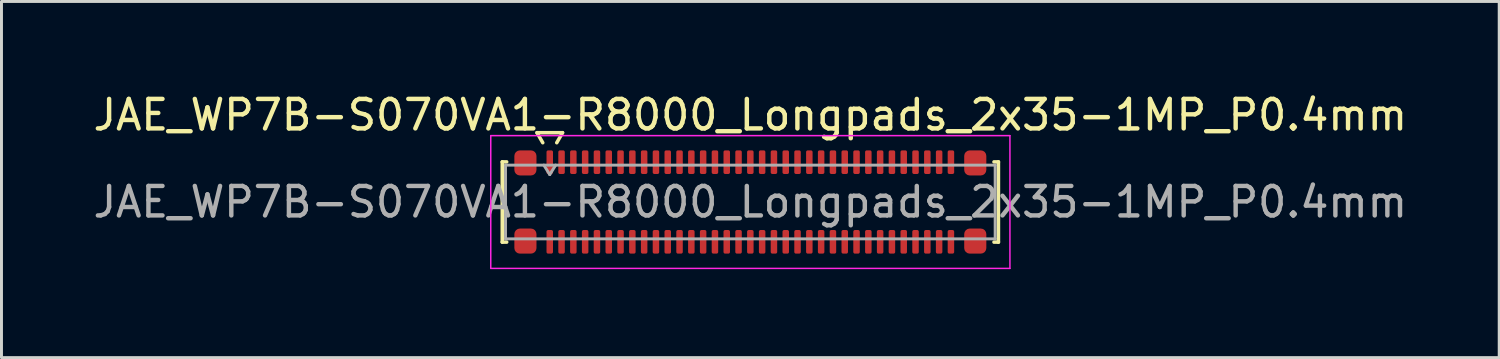
<source format=kicad_pcb>
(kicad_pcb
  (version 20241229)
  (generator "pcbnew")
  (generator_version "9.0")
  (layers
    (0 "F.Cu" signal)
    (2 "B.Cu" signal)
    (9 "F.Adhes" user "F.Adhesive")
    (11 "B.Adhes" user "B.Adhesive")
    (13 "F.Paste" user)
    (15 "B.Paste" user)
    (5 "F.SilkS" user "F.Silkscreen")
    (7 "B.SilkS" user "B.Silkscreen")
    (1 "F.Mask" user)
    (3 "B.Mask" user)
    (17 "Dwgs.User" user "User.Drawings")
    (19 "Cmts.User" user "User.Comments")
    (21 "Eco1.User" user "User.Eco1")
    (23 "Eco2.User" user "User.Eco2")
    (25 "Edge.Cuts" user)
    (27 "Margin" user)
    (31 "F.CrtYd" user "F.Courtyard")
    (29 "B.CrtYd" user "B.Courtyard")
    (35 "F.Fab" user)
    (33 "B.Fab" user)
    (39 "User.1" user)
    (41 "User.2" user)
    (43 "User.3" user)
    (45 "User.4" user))
  (footprint "JAE_WP7B-S070VA1-R8000_Longpads_2x35-1MP_P0.4mm"
    (layer "F.Cu")
    (at 22.387 3.798)
    (property "Reference" "JAE_WP7B-S070VA1-R8000_Longpads_2x35-1MP_P0.4mm" (at 0 -2.95 0) (layer "F.SilkS") (effects (font (size 1 1) (thickness 0.15))))
    (attr smd)
    (fp_line (start -8.41 -1.36) (end -8.26 -1.36) (stroke (width 0.12) (type solid)) (layer "F.SilkS"))
    (fp_line (start -8.41 1.36) (end -8.41 -1.36) (stroke (width 0.12) (type solid)) (layer "F.SilkS"))
    (fp_line (start -8.26 1.36) (end -8.41 1.36) (stroke (width 0.12) (type solid)) (layer "F.SilkS"))
    (fp_line (start -7.233 -2.35) (end -7.037 -2.01) (stroke (width 0.12) (type solid)) (layer "F.SilkS"))
    (fp_line (start -6.563 -2.01) (end -6.367 -2.35) (stroke (width 0.12) (type solid)) (layer "F.SilkS"))
    (fp_line (start -6.367 -2.35) (end -7.233 -2.35) (stroke (width 0.12) (type solid)) (layer "F.SilkS"))
    (fp_line (start 8.26 -1.36) (end 8.41 -1.36) (stroke (width 0.12) (type solid)) (layer "F.SilkS"))
    (fp_line (start 8.41 -1.36) (end 8.41 1.36) (stroke (width 0.12) (type solid)) (layer "F.SilkS"))
    (fp_line (start 8.41 1.36) (end 8.26 1.36) (stroke (width 0.12) (type solid)) (layer "F.SilkS"))
    (fp_line (start -8.8 -2.25) (end -8.8 2.25) (stroke (width 0.05) (type solid)) (layer "F.CrtYd"))
    (fp_line (start -8.8 2.25) (end 8.8 2.25) (stroke (width 0.05) (type solid)) (layer "F.CrtYd"))
    (fp_line (start 8.8 -2.25) (end -8.8 -2.25) (stroke (width 0.05) (type solid)) (layer "F.CrtYd"))
    (fp_line (start 8.8 2.25) (end 8.8 -2.25) (stroke (width 0.05) (type solid)) (layer "F.CrtYd"))
    (fp_line (start -8.3 -1.25) (end 8.3 -1.25) (stroke (width 0.1) (type solid)) (layer "F.Fab"))
    (fp_line (start -8.3 1.25) (end -8.3 -1.25) (stroke (width 0.1) (type solid)) (layer "F.Fab"))
    (fp_line (start -7 -1.25) (end -6.8 -0.93) (stroke (width 0.1) (type solid)) (layer "F.Fab"))
    (fp_line (start -6.8 -0.93) (end -6.6 -1.25) (stroke (width 0.1) (type solid)) (layer "F.Fab"))
    (fp_line (start 8.3 -1.25) (end 8.3 1.25) (stroke (width 0.1) (type solid)) (layer "F.Fab"))
    (fp_line (start 8.3 1.25) (end -8.3 1.25) (stroke (width 0.1) (type solid)) (layer "F.Fab"))
    (fp_text user "${REFERENCE}" (at 0 0 0) (layer "F.Fab") (effects (font (size 1 1) (thickness 0.15))))
    (pad "1" smd roundrect (at -6.8 -1.35) (size 0.22 0.8) (layers "F.Cu" "F.Mask" "F.Paste") (roundrect_rratio 0.25))
    (pad "2" smd roundrect (at -6.8 1.35) (size 0.22 0.8) (layers "F.Cu" "F.Mask" "F.Paste") (roundrect_rratio 0.25))
    (pad "3" smd roundrect (at -6.4 -1.35) (size 0.22 0.8) (layers "F.Cu" "F.Mask" "F.Paste") (roundrect_rratio 0.25))
    (pad "4" smd roundrect (at -6.4 1.35) (size 0.22 0.8) (layers "F.Cu" "F.Mask" "F.Paste") (roundrect_rratio 0.25))
    (pad "5" smd roundrect (at -6 -1.35) (size 0.22 0.8) (layers "F.Cu" "F.Mask" "F.Paste") (roundrect_rratio 0.25))
    (pad "6" smd roundrect (at -6 1.35) (size 0.22 0.8) (layers "F.Cu" "F.Mask" "F.Paste") (roundrect_rratio 0.25))
    (pad "7" smd roundrect (at -5.6 -1.35) (size 0.22 0.8) (layers "F.Cu" "F.Mask" "F.Paste") (roundrect_rratio 0.25))
    (pad "8" smd roundrect (at -5.6 1.35) (size 0.22 0.8) (layers "F.Cu" "F.Mask" "F.Paste") (roundrect_rratio 0.25))
    (pad "9" smd roundrect (at -5.2 -1.35) (size 0.22 0.8) (layers "F.Cu" "F.Mask" "F.Paste") (roundrect_rratio 0.25))
    (pad "10" smd roundrect (at -5.2 1.35) (size 0.22 0.8) (layers "F.Cu" "F.Mask" "F.Paste") (roundrect_rratio 0.25))
    (pad "11" smd roundrect (at -4.8 -1.35) (size 0.22 0.8) (layers "F.Cu" "F.Mask" "F.Paste") (roundrect_rratio 0.25))
    (pad "12" smd roundrect (at -4.8 1.35) (size 0.22 0.8) (layers "F.Cu" "F.Mask" "F.Paste") (roundrect_rratio 0.25))
    (pad "13" smd roundrect (at -4.4 -1.35) (size 0.22 0.8) (layers "F.Cu" "F.Mask" "F.Paste") (roundrect_rratio 0.25))
    (pad "14" smd roundrect (at -4.4 1.35) (size 0.22 0.8) (layers "F.Cu" "F.Mask" "F.Paste") (roundrect_rratio 0.25))
    (pad "15" smd roundrect (at -4 -1.35) (size 0.22 0.8) (layers "F.Cu" "F.Mask" "F.Paste") (roundrect_rratio 0.25))
    (pad "16" smd roundrect (at -4 1.35) (size 0.22 0.8) (layers "F.Cu" "F.Mask" "F.Paste") (roundrect_rratio 0.25))
    (pad "17" smd roundrect (at -3.6 -1.35) (size 0.22 0.8) (layers "F.Cu" "F.Mask" "F.Paste") (roundrect_rratio 0.25))
    (pad "18" smd roundrect (at -3.6 1.35) (size 0.22 0.8) (layers "F.Cu" "F.Mask" "F.Paste") (roundrect_rratio 0.25))
    (pad "19" smd roundrect (at -3.2 -1.35) (size 0.22 0.8) (layers "F.Cu" "F.Mask" "F.Paste") (roundrect_rratio 0.25))
    (pad "20" smd roundrect (at -3.2 1.35) (size 0.22 0.8) (layers "F.Cu" "F.Mask" "F.Paste") (roundrect_rratio 0.25))
    (pad "21" smd roundrect (at -2.8 -1.35) (size 0.22 0.8) (layers "F.Cu" "F.Mask" "F.Paste") (roundrect_rratio 0.25))
    (pad "22" smd roundrect (at -2.8 1.35) (size 0.22 0.8) (layers "F.Cu" "F.Mask" "F.Paste") (roundrect_rratio 0.25))
    (pad "23" smd roundrect (at -2.4 -1.35) (size 0.22 0.8) (layers "F.Cu" "F.Mask" "F.Paste") (roundrect_rratio 0.25))
    (pad "24" smd roundrect (at -2.4 1.35) (size 0.22 0.8) (layers "F.Cu" "F.Mask" "F.Paste") (roundrect_rratio 0.25))
    (pad "25" smd roundrect (at -2 -1.35) (size 0.22 0.8) (layers "F.Cu" "F.Mask" "F.Paste") (roundrect_rratio 0.25))
    (pad "26" smd roundrect (at -2 1.35) (size 0.22 0.8) (layers "F.Cu" "F.Mask" "F.Paste") (roundrect_rratio 0.25))
    (pad "27" smd roundrect (at -1.6 -1.35) (size 0.22 0.8) (layers "F.Cu" "F.Mask" "F.Paste") (roundrect_rratio 0.25))
    (pad "28" smd roundrect (at -1.6 1.35) (size 0.22 0.8) (layers "F.Cu" "F.Mask" "F.Paste") (roundrect_rratio 0.25))
    (pad "29" smd roundrect (at -1.2 -1.35) (size 0.22 0.8) (layers "F.Cu" "F.Mask" "F.Paste") (roundrect_rratio 0.25))
    (pad "30" smd roundrect (at -1.2 1.35) (size 0.22 0.8) (layers "F.Cu" "F.Mask" "F.Paste") (roundrect_rratio 0.25))
    (pad "31" smd roundrect (at -0.8 -1.35) (size 0.22 0.8) (layers "F.Cu" "F.Mask" "F.Paste") (roundrect_rratio 0.25))
    (pad "32" smd roundrect (at -0.8 1.35) (size 0.22 0.8) (layers "F.Cu" "F.Mask" "F.Paste") (roundrect_rratio 0.25))
    (pad "33" smd roundrect (at -0.4 -1.35) (size 0.22 0.8) (layers "F.Cu" "F.Mask" "F.Paste") (roundrect_rratio 0.25))
    (pad "34" smd roundrect (at -0.4 1.35) (size 0.22 0.8) (layers "F.Cu" "F.Mask" "F.Paste") (roundrect_rratio 0.25))
    (pad "35" smd roundrect (at 0 -1.35) (size 0.22 0.8) (layers "F.Cu" "F.Mask" "F.Paste") (roundrect_rratio 0.25))
    (pad "36" smd roundrect (at 0 1.35) (size 0.22 0.8) (layers "F.Cu" "F.Mask" "F.Paste") (roundrect_rratio 0.25))
    (pad "37" smd roundrect (at 0.4 -1.35) (size 0.22 0.8) (layers "F.Cu" "F.Mask" "F.Paste") (roundrect_rratio 0.25))
    (pad "38" smd roundrect (at 0.4 1.35) (size 0.22 0.8) (layers "F.Cu" "F.Mask" "F.Paste") (roundrect_rratio 0.25))
    (pad "39" smd roundrect (at 0.8 -1.35) (size 0.22 0.8) (layers "F.Cu" "F.Mask" "F.Paste") (roundrect_rratio 0.25))
    (pad "40" smd roundrect (at 0.8 1.35) (size 0.22 0.8) (layers "F.Cu" "F.Mask" "F.Paste") (roundrect_rratio 0.25))
    (pad "41" smd roundrect (at 1.2 -1.35) (size 0.22 0.8) (layers "F.Cu" "F.Mask" "F.Paste") (roundrect_rratio 0.25))
    (pad "42" smd roundrect (at 1.2 1.35) (size 0.22 0.8) (layers "F.Cu" "F.Mask" "F.Paste") (roundrect_rratio 0.25))
    (pad "43" smd roundrect (at 1.6 -1.35) (size 0.22 0.8) (layers "F.Cu" "F.Mask" "F.Paste") (roundrect_rratio 0.25))
    (pad "44" smd roundrect (at 1.6 1.35) (size 0.22 0.8) (layers "F.Cu" "F.Mask" "F.Paste") (roundrect_rratio 0.25))
    (pad "45" smd roundrect (at 2 -1.35) (size 0.22 0.8) (layers "F.Cu" "F.Mask" "F.Paste") (roundrect_rratio 0.25))
    (pad "46" smd roundrect (at 2 1.35) (size 0.22 0.8) (layers "F.Cu" "F.Mask" "F.Paste") (roundrect_rratio 0.25))
    (pad "47" smd roundrect (at 2.4 -1.35) (size 0.22 0.8) (layers "F.Cu" "F.Mask" "F.Paste") (roundrect_rratio 0.25))
    (pad "48" smd roundrect (at 2.4 1.35) (size 0.22 0.8) (layers "F.Cu" "F.Mask" "F.Paste") (roundrect_rratio 0.25))
    (pad "49" smd roundrect (at 2.8 -1.35) (size 0.22 0.8) (layers "F.Cu" "F.Mask" "F.Paste") (roundrect_rratio 0.25))
    (pad "50" smd roundrect (at 2.8 1.35) (size 0.22 0.8) (layers "F.Cu" "F.Mask" "F.Paste") (roundrect_rratio 0.25))
    (pad "51" smd roundrect (at 3.2 -1.35) (size 0.22 0.8) (layers "F.Cu" "F.Mask" "F.Paste") (roundrect_rratio 0.25))
    (pad "52" smd roundrect (at 3.2 1.35) (size 0.22 0.8) (layers "F.Cu" "F.Mask" "F.Paste") (roundrect_rratio 0.25))
    (pad "53" smd roundrect (at 3.6 -1.35) (size 0.22 0.8) (layers "F.Cu" "F.Mask" "F.Paste") (roundrect_rratio 0.25))
    (pad "54" smd roundrect (at 3.6 1.35) (size 0.22 0.8) (layers "F.Cu" "F.Mask" "F.Paste") (roundrect_rratio 0.25))
    (pad "55" smd roundrect (at 4 -1.35) (size 0.22 0.8) (layers "F.Cu" "F.Mask" "F.Paste") (roundrect_rratio 0.25))
    (pad "56" smd roundrect (at 4 1.35) (size 0.22 0.8) (layers "F.Cu" "F.Mask" "F.Paste") (roundrect_rratio 0.25))
    (pad "57" smd roundrect (at 4.4 -1.35) (size 0.22 0.8) (layers "F.Cu" "F.Mask" "F.Paste") (roundrect_rratio 0.25))
    (pad "58" smd roundrect (at 4.4 1.35) (size 0.22 0.8) (layers "F.Cu" "F.Mask" "F.Paste") (roundrect_rratio 0.25))
    (pad "59" smd roundrect (at 4.8 -1.35) (size 0.22 0.8) (layers "F.Cu" "F.Mask" "F.Paste") (roundrect_rratio 0.25))
    (pad "60" smd roundrect (at 4.8 1.35) (size 0.22 0.8) (layers "F.Cu" "F.Mask" "F.Paste") (roundrect_rratio 0.25))
    (pad "61" smd roundrect (at 5.2 -1.35) (size 0.22 0.8) (layers "F.Cu" "F.Mask" "F.Paste") (roundrect_rratio 0.25))
    (pad "62" smd roundrect (at 5.2 1.35) (size 0.22 0.8) (layers "F.Cu" "F.Mask" "F.Paste") (roundrect_rratio 0.25))
    (pad "63" smd roundrect (at 5.6 -1.35) (size 0.22 0.8) (layers "F.Cu" "F.Mask" "F.Paste") (roundrect_rratio 0.25))
    (pad "64" smd roundrect (at 5.6 1.35) (size 0.22 0.8) (layers "F.Cu" "F.Mask" "F.Paste") (roundrect_rratio 0.25))
    (pad "65" smd roundrect (at 6 -1.35) (size 0.22 0.8) (layers "F.Cu" "F.Mask" "F.Paste") (roundrect_rratio 0.25))
    (pad "66" smd roundrect (at 6 1.35) (size 0.22 0.8) (layers "F.Cu" "F.Mask" "F.Paste") (roundrect_rratio 0.25))
    (pad "67" smd roundrect (at 6.4 -1.35) (size 0.22 0.8) (layers "F.Cu" "F.Mask" "F.Paste") (roundrect_rratio 0.25))
    (pad "68" smd roundrect (at 6.4 1.35) (size 0.22 0.8) (layers "F.Cu" "F.Mask" "F.Paste") (roundrect_rratio 0.25))
    (pad "69" smd roundrect (at 6.8 -1.35) (size 0.22 0.8) (layers "F.Cu" "F.Mask" "F.Paste") (roundrect_rratio 0.25))
    (pad "70" smd roundrect (at 6.8 1.35) (size 0.22 0.8) (layers "F.Cu" "F.Mask" "F.Paste") (roundrect_rratio 0.25))
    (pad "MP" smd roundrect (at -7.625 -1.325) (size 0.75 0.85) (layers "F.Cu" "F.Mask" "F.Paste") (roundrect_rratio 0.25))
    (pad "MP" smd roundrect (at -7.625 1.325) (size 0.75 0.85) (layers "F.Cu" "F.Mask" "F.Paste") (roundrect_rratio 0.25))
    (pad "MP" smd roundrect (at 7.625 -1.325) (size 0.75 0.85) (layers "F.Cu" "F.Mask" "F.Paste") (roundrect_rratio 0.25))
    (pad "MP" smd roundrect (at 7.625 1.325) (size 0.75 0.85) (layers "F.Cu" "F.Mask" "F.Paste") (roundrect_rratio 0.25)))
  (gr_rect
    (start -3 -3)
    (end 47.774 9.073)
    (stroke (width 0.1) (type default))
    (fill no)
    (layer "Edge.Cuts")))
</source>
